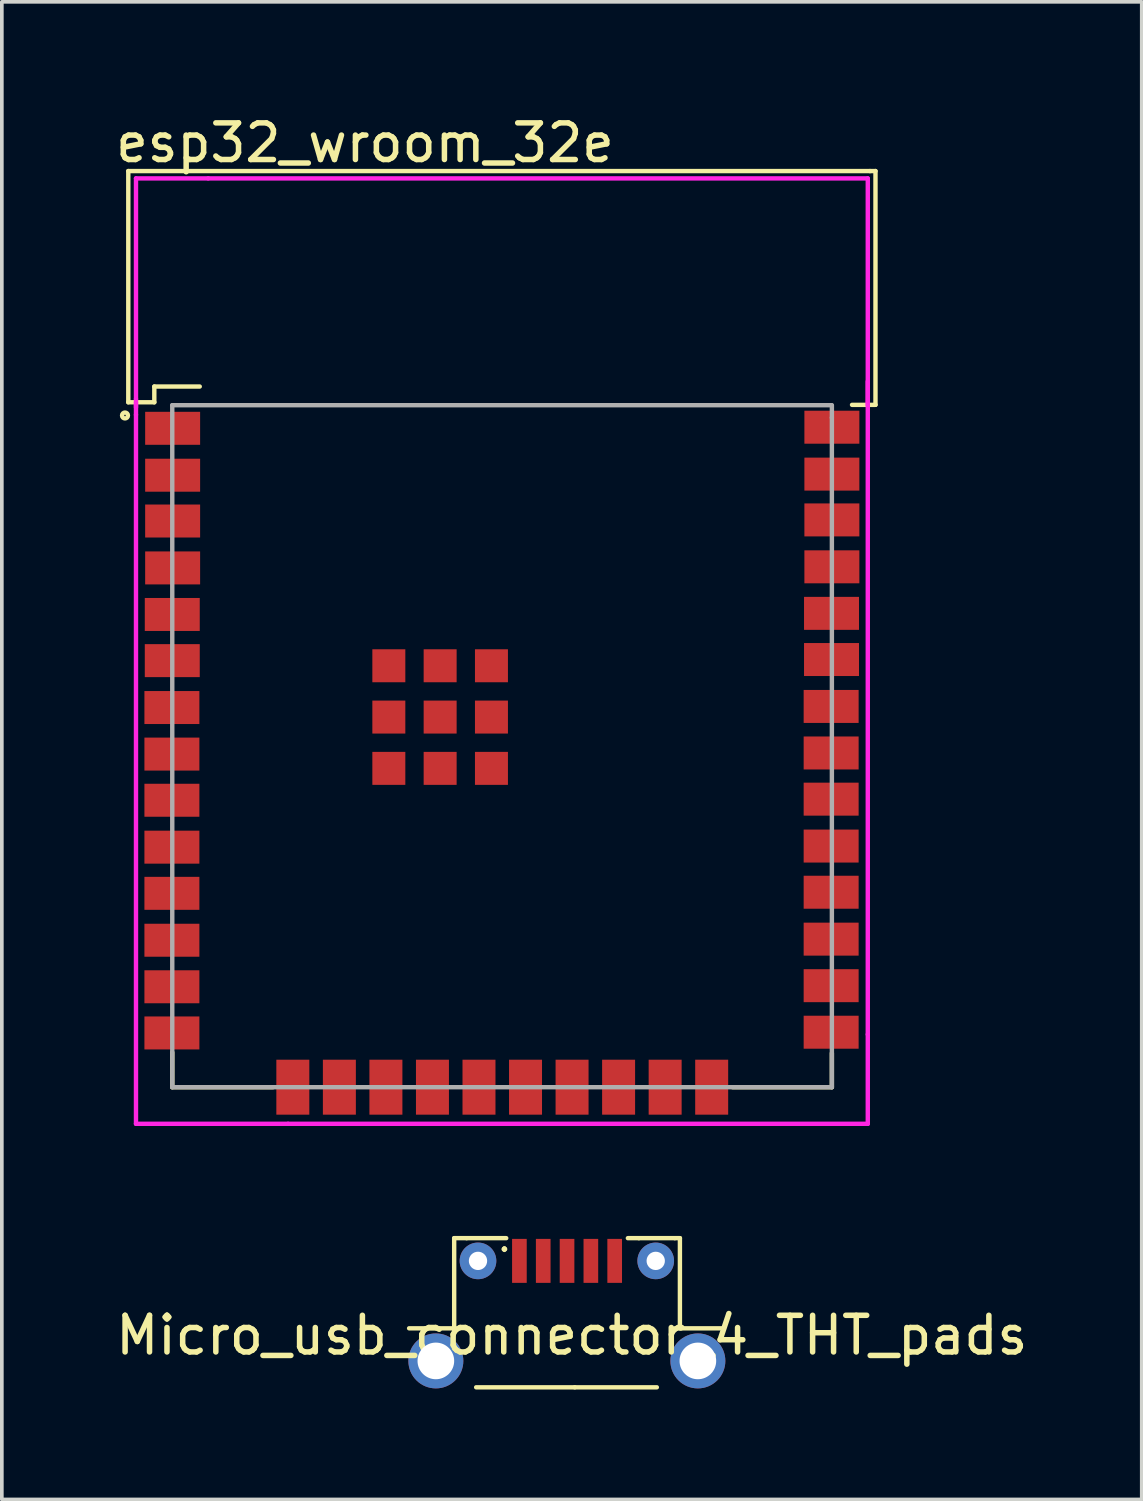
<source format=kicad_pcb>
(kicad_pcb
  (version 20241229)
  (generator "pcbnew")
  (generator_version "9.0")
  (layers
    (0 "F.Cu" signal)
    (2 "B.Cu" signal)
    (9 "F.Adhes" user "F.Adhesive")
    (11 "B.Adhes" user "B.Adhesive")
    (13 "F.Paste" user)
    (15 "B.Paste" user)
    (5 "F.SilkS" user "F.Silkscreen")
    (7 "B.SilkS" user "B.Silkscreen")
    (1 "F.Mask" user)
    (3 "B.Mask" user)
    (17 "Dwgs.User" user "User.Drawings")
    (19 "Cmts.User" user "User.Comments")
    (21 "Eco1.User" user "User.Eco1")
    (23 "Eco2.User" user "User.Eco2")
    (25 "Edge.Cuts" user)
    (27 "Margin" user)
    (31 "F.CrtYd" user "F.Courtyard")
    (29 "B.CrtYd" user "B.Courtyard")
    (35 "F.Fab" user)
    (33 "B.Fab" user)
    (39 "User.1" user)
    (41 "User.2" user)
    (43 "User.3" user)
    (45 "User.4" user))
  (footprint "Micro_usb_connector_4_THT_pads"
    (layer "F.Cu")
    (at 12.224 32.698)
    (property "Reference" "Micro_usb_connector_4_THT_pads" (at 0.33 0.69 0) (layer "F.SilkS") (effects (font (size 1 1) (thickness 0.15))))
    (attr through_hole)
    (fp_line (start -2.88 -1.96) (end -2.88 0.5) (stroke (width 0.12) (type solid)) (layer "F.SilkS"))
    (fp_line (start -2.88 0.5) (end -4.11 0.5) (stroke (width 0.12) (type solid)) (layer "F.SilkS"))
    (fp_line (start -2.54 -1.96) (end -2.88 -1.96) (stroke (width 0.12) (type solid)) (layer "F.SilkS"))
    (fp_line (start -2.28 2.11) (end 0.41 2.11) (stroke (width 0.12) (type solid)) (layer "F.SilkS"))
    (fp_line (start -1.53 -1.66) (end -1.49 -1.66) (stroke (width 0.12) (type solid)) (layer "F.SilkS"))
    (fp_line (start -1.51 -1.68) (end -1.51 -1.64) (stroke (width 0.12) (type solid)) (layer "F.SilkS"))
    (fp_line (start -1.51 -1.66) (end -1.51 -1.68) (stroke (width 0.12) (type solid)) (layer "F.SilkS"))
    (fp_line (start -1.46 -1.96) (end -2.54 -1.96) (stroke (width 0.12) (type solid)) (layer "F.SilkS"))
    (fp_line (start 1.86 -1.96) (end 2.16 -1.96) (stroke (width 0.12) (type solid)) (layer "F.SilkS"))
    (fp_line (start 2.16 -1.96) (end 3.14 -1.96) (stroke (width 0.12) (type solid)) (layer "F.SilkS"))
    (fp_line (start 2.65 2.11) (end 0.41 2.11) (stroke (width 0.12) (type solid)) (layer "F.SilkS"))
    (fp_line (start 3.14 -1.96) (end 3.28 -1.96) (stroke (width 0.12) (type solid)) (layer "F.SilkS"))
    (fp_line (start 3.28 -1.96) (end 3.28 0.5) (stroke (width 0.12) (type solid)) (layer "F.SilkS"))
    (fp_line (start 3.28 0.5) (end 3.31 0.5) (stroke (width 0.12) (type solid)) (layer "F.SilkS"))
    (fp_line (start 3.31 0.5) (end 4.47 0.5) (stroke (width 0.12) (type solid)) (layer "F.SilkS"))
    (pad "1" smd rect (at -1.1 -1.34) (size 0.4 1.2) (layers "F.Cu" "F.Mask" "F.Paste"))
    (pad "2" smd rect (at -0.45 -1.34) (size 0.4 1.2) (layers "F.Cu" "F.Mask" "F.Paste"))
    (pad "3" smd rect (at 0.2 -1.34) (size 0.4 1.2) (layers "F.Cu" "F.Mask" "F.Paste"))
    (pad "4" smd rect (at 0.85 -1.34) (size 0.4 1.2) (layers "F.Cu" "F.Mask" "F.Paste"))
    (pad "5" smd rect (at 1.5 -1.34) (size 0.4 1.2) (layers "F.Cu" "F.Mask" "F.Paste"))
    (pad "6" thru_hole circle (at -2.23 -1.34) (size 1 1) (drill 0.5) (layers "*.Cu" "*.Mask"))
    (pad "7" thru_hole circle (at 2.62 -1.34) (size 1 1) (drill 0.5) (layers "*.Cu" "*.Mask"))
    (pad "8" thru_hole circle (at 3.77 1.39) (size 1.5 1.5) (drill 1) (layers "*.Cu" "*.Mask"))
    (pad "9" thru_hole circle (at -3.38 1.39) (size 1.5 1.5) (drill 1) (layers "*.Cu" "*.Mask")))
  (footprint "esp32_wroom_32e"
    (layer "F.Cu")
    (at 10.191 16.998)
    (property "Reference" "esp32_wroom_32e" (at -3.28 -16.15 0) (layer "F.SilkS") (effects (font (size 1 1) (thickness 0.15))))
    (attr through_hole)
    (fp_line (start -9.74 -15.38) (end 10.5 -15.38) (stroke (width 0.12) (type solid)) (layer "F.SilkS"))
    (fp_line (start -9.74 -9.07) (end -9.74 -15.38) (stroke (width 0.12) (type solid)) (layer "F.SilkS"))
    (fp_line (start -9.03 -9.5) (end -7.79 -9.5) (stroke (width 0.12) (type solid)) (layer "F.SilkS"))
    (fp_line (start -9.03 -9.07) (end -9.74 -9.07) (stroke (width 0.12) (type solid)) (layer "F.SilkS"))
    (fp_line (start -9.03 -9.07) (end -9.03 -9.5) (stroke (width 0.12) (type solid)) (layer "F.SilkS"))
    (fp_line (start -8.54 9.62) (end -8.54 8.67) (stroke (width 0.12) (type solid)) (layer "F.SilkS"))
    (fp_line (start -8.54 9.62) (end -5.79 9.62) (stroke (width 0.12) (type solid)) (layer "F.SilkS"))
    (fp_line (start 6.75 9.62) (end 9.46 9.62) (stroke (width 0.12) (type solid)) (layer "F.SilkS"))
    (fp_line (start 9.46 9.62) (end 9.46 8.69) (stroke (width 0.12) (type solid)) (layer "F.SilkS"))
    (fp_line (start 10.5 -15.38) (end 10.65 -15.38) (stroke (width 0.12) (type solid)) (layer "F.SilkS"))
    (fp_line (start 10.65 -15.38) (end 10.65 -9) (stroke (width 0.12) (type solid)) (layer "F.SilkS"))
    (fp_line (start 10.65 -9) (end 10.01 -9) (stroke (width 0.12) (type solid)) (layer "F.SilkS"))
    (fp_circle (center -9.83 -8.71) (end -9.75 -8.7) (stroke (width 0.12) (type solid)) (fill no) (layer "F.SilkS"))
    (fp_line (start -9.53 -9.16) (end -9.53 -15.18) (stroke (width 0.12) (type solid)) (layer "F.CrtYd"))
    (fp_line (start -9.53 -9.06) (end -9.53 -8.93) (stroke (width 0.12) (type solid)) (layer "F.CrtYd"))
    (fp_line (start -9.53 -9.05) (end -9.53 -9.16) (stroke (width 0.12) (type solid)) (layer "F.CrtYd"))
    (fp_line (start -9.53 -8.73) (end -9.53 -9) (stroke (width 0.12) (type solid)) (layer "F.CrtYd"))
    (fp_line (start -9.53 -8.73) (end -9.53 10.62) (stroke (width 0.12) (type solid)) (layer "F.CrtYd"))
    (fp_line (start -7.56 -15.18) (end -9.53 -15.18) (stroke (width 0.12) (type solid)) (layer "F.CrtYd"))
    (fp_line (start -5.38 10.62) (end -9.53 10.62) (stroke (width 0.12) (type solid)) (layer "F.CrtYd"))
    (fp_line (start -5.38 10.62) (end 10.44 10.62) (stroke (width 0.12) (type solid)) (layer "F.CrtYd"))
    (fp_line (start 10.44 -15.18) (end -7.56 -15.18) (stroke (width 0.12) (type solid)) (layer "F.CrtYd"))
    (fp_line (start 10.44 -8.99) (end 10.44 -15.18) (stroke (width 0.12) (type solid)) (layer "F.CrtYd"))
    (fp_line (start 10.44 8.18) (end 10.44 -9.64) (stroke (width 0.12) (type solid)) (layer "F.CrtYd"))
    (fp_line (start 10.44 8.18) (end 10.44 10.62) (stroke (width 0.12) (type solid)) (layer "F.CrtYd"))
    (fp_line (start -8.54 -8.99) (end 9.45 -8.99) (stroke (width 0.12) (type solid)) (layer "F.Fab"))
    (fp_line (start -8.54 9.62) (end -8.54 -8.99) (stroke (width 0.12) (type solid)) (layer "F.Fab"))
    (fp_line (start 9.46 -8.99) (end 9.46 -8.65) (stroke (width 0.12) (type solid)) (layer "F.Fab"))
    (fp_line (start 9.46 -8.65) (end 9.46 9.62) (stroke (width 0.12) (type solid)) (layer "F.Fab"))
    (fp_line (start 9.46 9.62) (end -8.54 9.62) (stroke (width 0.12) (type solid)) (layer "F.Fab"))
    (pad "" smd rect (at -2.63 0.47) (size 0.9 0.9) (drill (offset 0 0.45)) (layers "F.Cu" "F.Mask" "F.Paste"))
    (pad "" smd rect (at -2.18 -1.88) (size 0.9 0.9) (drill (offset -0.45 0)) (layers "F.Cu" "F.Mask" "F.Paste"))
    (pad "" smd rect (at -2.18 -0.48) (size 0.9 0.9) (drill (offset -0.45 0)) (layers "F.Cu" "F.Mask" "F.Paste"))
    (pad "" smd rect (at -1.23 -1.43) (size 0.9 0.9) (drill (offset 0 -0.45)) (layers "F.Cu" "F.Mask" "F.Paste"))
    (pad "" smd rect (at -1.23 -0.48) (size 0.9 0.9) (layers "F.Cu" "F.Mask" "F.Paste"))
    (pad "" smd rect (at -1.23 0.47) (size 0.9 0.9) (drill (offset 0 0.45)) (layers "F.Cu" "F.Mask" "F.Paste"))
    (pad "" smd rect (at -0.28 -1.88) (size 0.9 0.9) (drill (offset 0.45 0)) (layers "F.Cu" "F.Mask" "F.Paste"))
    (pad "" smd rect (at -0.28 -0.48) (size 0.9 0.9) (drill (offset 0.45 0)) (layers "F.Cu" "F.Mask" "F.Paste"))
    (pad "" smd rect (at 0.17 0.47) (size 0.9 0.9) (drill (offset 0 0.45)) (layers "F.Cu" "F.Mask" "F.Paste"))
    (pad "1" smd rect (at -8.53 -8.36) (size 1.5 0.9) (layers "F.Cu" "F.Mask" "F.Paste"))
    (pad "2" smd rect (at -8.53 -7.08) (size 1.5 0.9) (layers "F.Cu" "F.Mask" "F.Paste"))
    (pad "3" smd rect (at -8.53 -5.83) (size 1.5 0.9) (layers "F.Cu" "F.Mask" "F.Paste"))
    (pad "4" smd rect (at -8.53 -4.55) (size 1.5 0.9) (layers "F.Cu" "F.Mask" "F.Paste"))
    (pad "5" smd rect (at -8.54 -3.28) (size 1.5 0.9) (layers "F.Cu" "F.Mask" "F.Paste"))
    (pad "6" smd rect (at -8.54 -2.02) (size 1.5 0.9) (layers "F.Cu" "F.Mask" "F.Paste"))
    (pad "7" smd rect (at -8.55 -0.74) (size 1.5 0.9) (layers "F.Cu" "F.Mask" "F.Paste"))
    (pad "8" smd rect (at -8.55 0.53) (size 1.5 0.9) (layers "F.Cu" "F.Mask" "F.Paste"))
    (pad "9" smd rect (at -8.55 1.79) (size 1.5 0.9) (layers "F.Cu" "F.Mask" "F.Paste"))
    (pad "10" smd rect (at -8.55 3.07) (size 1.5 0.9) (layers "F.Cu" "F.Mask" "F.Paste"))
    (pad "11" smd rect (at -8.55 4.33) (size 1.5 0.9) (layers "F.Cu" "F.Mask" "F.Paste"))
    (pad "12" smd rect (at -8.55 5.61) (size 1.5 0.9) (layers "F.Cu" "F.Mask" "F.Paste"))
    (pad "13" smd rect (at -8.55 6.88) (size 1.5 0.9) (layers "F.Cu" "F.Mask" "F.Paste"))
    (pad "14" smd rect (at -8.55 8.14) (size 1.5 0.9) (layers "F.Cu" "F.Mask" "F.Paste"))
    (pad "15" smd rect (at -5.25 9.62 90) (size 1.5 0.9) (layers "F.Cu" "F.Mask" "F.Paste"))
    (pad "16" smd rect (at -3.98 9.62 90) (size 1.5 0.9) (layers "F.Cu" "F.Mask" "F.Paste"))
    (pad "17" smd rect (at -2.71 9.62 90) (size 1.5 0.9) (layers "F.Cu" "F.Mask" "F.Paste"))
    (pad "18" smd rect (at -1.44 9.62 90) (size 1.5 0.9) (layers "F.Cu" "F.Mask" "F.Paste"))
    (pad "19" smd rect (at -0.17 9.62 90) (size 1.5 0.9) (layers "F.Cu" "F.Mask" "F.Paste"))
    (pad "20" smd rect (at 1.1 9.62 90) (size 1.5 0.9) (layers "F.Cu" "F.Mask" "F.Paste"))
    (pad "21" smd rect (at 2.37 9.62 90) (size 1.5 0.9) (layers "F.Cu" "F.Mask" "F.Paste"))
    (pad "22" smd rect (at 3.64 9.62 90) (size 1.5 0.9) (layers "F.Cu" "F.Mask" "F.Paste"))
    (pad "23" smd rect (at 4.91 9.62 90) (size 1.5 0.9) (layers "F.Cu" "F.Mask" "F.Paste"))
    (pad "24" smd rect (at 6.18 9.62 90) (size 1.5 0.9) (layers "F.Cu" "F.Mask" "F.Paste"))
    (pad "25" smd rect (at 9.44 8.12) (size 1.5 0.9) (layers "F.Cu" "F.Mask" "F.Paste"))
    (pad "26" smd rect (at 9.44 6.85) (size 1.5 0.9) (layers "F.Cu" "F.Mask" "F.Paste"))
    (pad "27" smd rect (at 9.44 5.58) (size 1.5 0.9) (layers "F.Cu" "F.Mask" "F.Paste"))
    (pad "28" smd rect (at 9.44 4.3) (size 1.5 0.9) (layers "F.Cu" "F.Mask" "F.Paste"))
    (pad "29" smd rect (at 9.44 3.04) (size 1.5 0.9) (layers "F.Cu" "F.Mask" "F.Paste"))
    (pad "30" smd rect (at 9.44 1.76) (size 1.5 0.9) (layers "F.Cu" "F.Mask" "F.Paste"))
    (pad "31" smd rect (at 9.44 0.5) (size 1.5 0.9) (layers "F.Cu" "F.Mask" "F.Paste"))
    (pad "32" smd rect (at 9.44 -0.77) (size 1.5 0.9) (layers "F.Cu" "F.Mask" "F.Paste"))
    (pad "33" smd rect (at 9.45 -2.05) (size 1.5 0.9) (layers "F.Cu" "F.Mask" "F.Paste"))
    (pad "34" smd rect (at 9.45 -3.31) (size 1.5 0.9) (layers "F.Cu" "F.Mask" "F.Paste"))
    (pad "35" smd rect (at 9.46 -4.58) (size 1.5 0.9) (layers "F.Cu" "F.Mask" "F.Paste"))
    (pad "36" smd rect (at 9.46 -5.86) (size 1.5 0.9) (layers "F.Cu" "F.Mask" "F.Paste"))
    (pad "37" smd rect (at 9.46 -7.11) (size 1.5 0.9) (layers "F.Cu" "F.Mask" "F.Paste"))
    (pad "38" smd rect (at 9.46 -8.39) (size 1.5 0.9) (layers "F.Cu" "F.Mask" "F.Paste")))
  (gr_rect
    (start -3 -3)
    (end 28.107 37.868)
    (stroke (width 0.1) (type default))
    (fill no)
    (layer "Edge.Cuts")))
</source>
